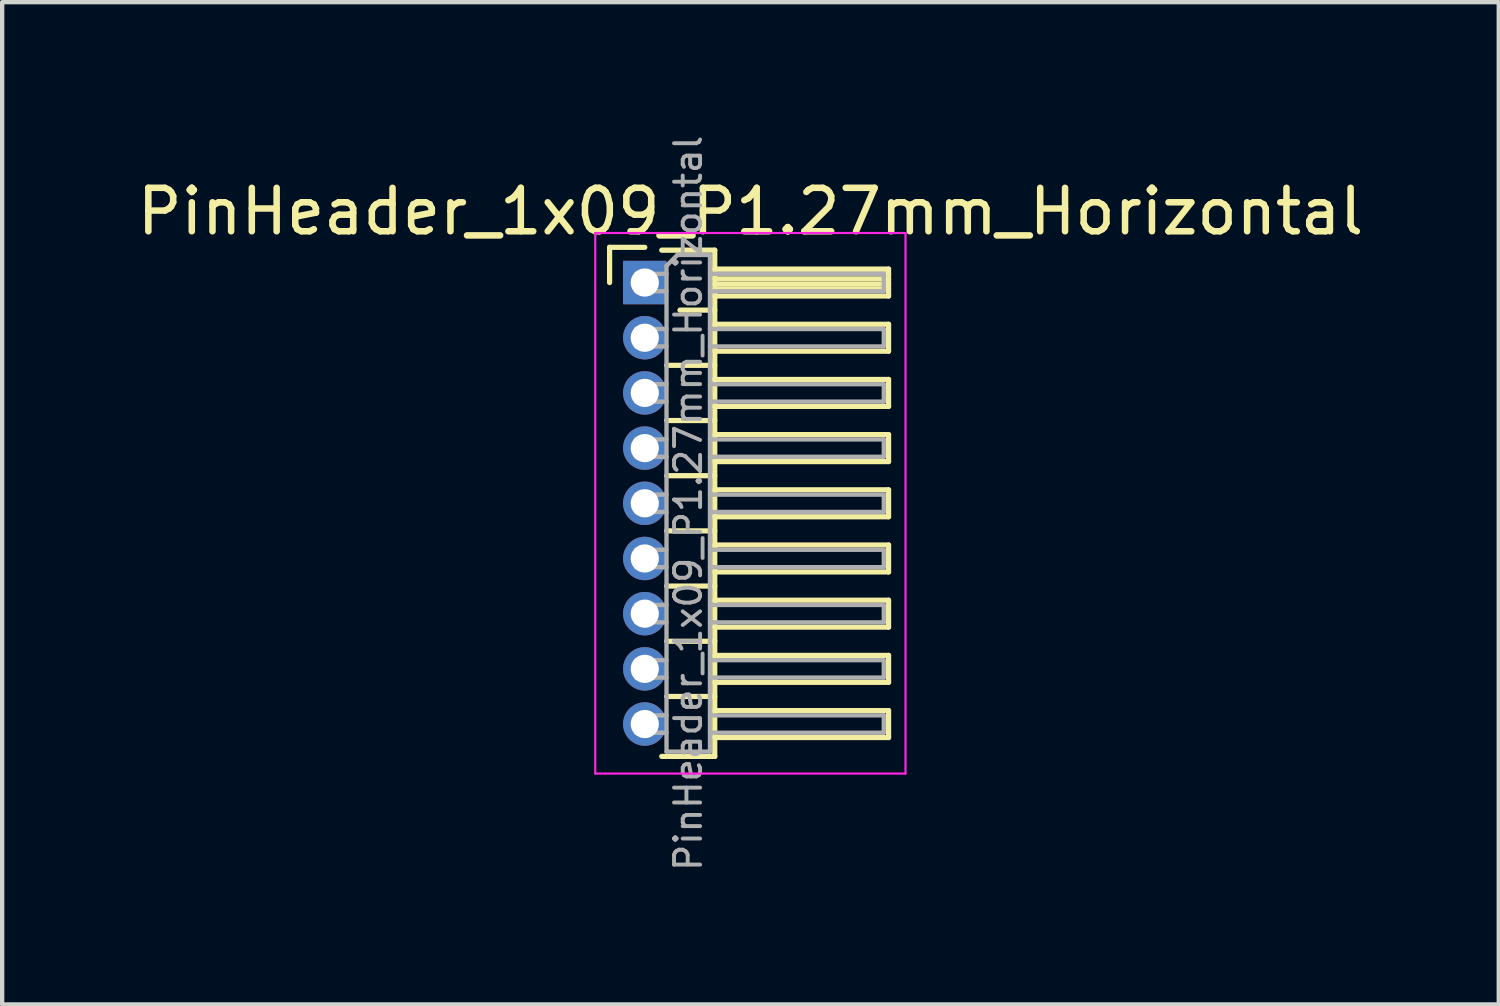
<source format=kicad_pcb>
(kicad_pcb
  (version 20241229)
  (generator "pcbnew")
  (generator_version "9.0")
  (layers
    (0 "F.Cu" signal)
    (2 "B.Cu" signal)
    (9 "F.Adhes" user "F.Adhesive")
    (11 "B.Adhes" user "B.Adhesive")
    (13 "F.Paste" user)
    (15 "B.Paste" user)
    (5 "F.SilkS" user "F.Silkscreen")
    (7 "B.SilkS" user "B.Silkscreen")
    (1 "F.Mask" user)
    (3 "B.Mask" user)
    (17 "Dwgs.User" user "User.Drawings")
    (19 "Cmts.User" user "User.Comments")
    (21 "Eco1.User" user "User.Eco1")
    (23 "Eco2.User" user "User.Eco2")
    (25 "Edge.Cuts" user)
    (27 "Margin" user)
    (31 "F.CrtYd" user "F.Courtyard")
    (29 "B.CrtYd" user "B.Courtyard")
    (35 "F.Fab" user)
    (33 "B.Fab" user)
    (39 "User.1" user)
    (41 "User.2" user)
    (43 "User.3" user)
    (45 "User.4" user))
  (footprint "PinHeader_1x09_P1.27mm_Horizontal"
    (layer "F.Cu")
    (at 11.788 3.452)
    (property "Reference" "PinHeader_1x09_P1.27mm_Horizontal" (at 2.433 -1.635 0) (layer "F.SilkS") (effects (font (size 1 1) (thickness 0.15))))
    (attr through_hole)
    (fp_line (start -0.81 -0.81) (end 0 -0.81) (stroke (width 0.12) (type solid)) (layer "F.SilkS"))
    (fp_line (start -0.81 0) (end -0.81 -0.81) (stroke (width 0.12) (type solid)) (layer "F.SilkS"))
    (fp_line (start 0.39 -0.745) (end 1.61 -0.745) (stroke (width 0.12) (type solid)) (layer "F.SilkS"))
    (fp_line (start 0.503 1.905) (end 1.61 1.905) (stroke (width 0.12) (type solid)) (layer "F.SilkS"))
    (fp_line (start 0.503 3.175) (end 1.61 3.175) (stroke (width 0.12) (type solid)) (layer "F.SilkS"))
    (fp_line (start 0.503 4.445) (end 1.61 4.445) (stroke (width 0.12) (type solid)) (layer "F.SilkS"))
    (fp_line (start 0.503 5.715) (end 1.61 5.715) (stroke (width 0.12) (type solid)) (layer "F.SilkS"))
    (fp_line (start 0.503 6.985) (end 1.61 6.985) (stroke (width 0.12) (type solid)) (layer "F.SilkS"))
    (fp_line (start 0.503 8.255) (end 1.61 8.255) (stroke (width 0.12) (type solid)) (layer "F.SilkS"))
    (fp_line (start 0.503 9.525) (end 1.61 9.525) (stroke (width 0.12) (type solid)) (layer "F.SilkS"))
    (fp_line (start 0.81 0.635) (end 1.61 0.635) (stroke (width 0.12) (type solid)) (layer "F.SilkS"))
    (fp_line (start 1.61 -0.745) (end 1.61 10.905) (stroke (width 0.12) (type solid)) (layer "F.SilkS"))
    (fp_line (start 1.61 -0.31) (end 5.61 -0.31) (stroke (width 0.12) (type solid)) (layer "F.SilkS"))
    (fp_line (start 1.61 -0.2) (end 5.61 -0.2) (stroke (width 0.12) (type solid)) (layer "F.SilkS"))
    (fp_line (start 1.61 -0.08) (end 5.61 -0.08) (stroke (width 0.12) (type solid)) (layer "F.SilkS"))
    (fp_line (start 1.61 0.04) (end 5.61 0.04) (stroke (width 0.12) (type solid)) (layer "F.SilkS"))
    (fp_line (start 1.61 0.16) (end 5.61 0.16) (stroke (width 0.12) (type solid)) (layer "F.SilkS"))
    (fp_line (start 1.61 0.96) (end 5.61 0.96) (stroke (width 0.12) (type solid)) (layer "F.SilkS"))
    (fp_line (start 1.61 2.23) (end 5.61 2.23) (stroke (width 0.12) (type solid)) (layer "F.SilkS"))
    (fp_line (start 1.61 3.5) (end 5.61 3.5) (stroke (width 0.12) (type solid)) (layer "F.SilkS"))
    (fp_line (start 1.61 4.77) (end 5.61 4.77) (stroke (width 0.12) (type solid)) (layer "F.SilkS"))
    (fp_line (start 1.61 6.04) (end 5.61 6.04) (stroke (width 0.12) (type solid)) (layer "F.SilkS"))
    (fp_line (start 1.61 7.31) (end 5.61 7.31) (stroke (width 0.12) (type solid)) (layer "F.SilkS"))
    (fp_line (start 1.61 8.58) (end 5.61 8.58) (stroke (width 0.12) (type solid)) (layer "F.SilkS"))
    (fp_line (start 1.61 9.85) (end 5.61 9.85) (stroke (width 0.12) (type solid)) (layer "F.SilkS"))
    (fp_line (start 1.61 10.905) (end 0.39 10.905) (stroke (width 0.12) (type solid)) (layer "F.SilkS"))
    (fp_line (start 5.61 -0.31) (end 5.61 0.31) (stroke (width 0.12) (type solid)) (layer "F.SilkS"))
    (fp_line (start 5.61 0.31) (end 1.61 0.31) (stroke (width 0.12) (type solid)) (layer "F.SilkS"))
    (fp_line (start 5.61 0.96) (end 5.61 1.58) (stroke (width 0.12) (type solid)) (layer "F.SilkS"))
    (fp_line (start 5.61 1.58) (end 1.61 1.58) (stroke (width 0.12) (type solid)) (layer "F.SilkS"))
    (fp_line (start 5.61 2.23) (end 5.61 2.85) (stroke (width 0.12) (type solid)) (layer "F.SilkS"))
    (fp_line (start 5.61 2.85) (end 1.61 2.85) (stroke (width 0.12) (type solid)) (layer "F.SilkS"))
    (fp_line (start 5.61 3.5) (end 5.61 4.12) (stroke (width 0.12) (type solid)) (layer "F.SilkS"))
    (fp_line (start 5.61 4.12) (end 1.61 4.12) (stroke (width 0.12) (type solid)) (layer "F.SilkS"))
    (fp_line (start 5.61 4.77) (end 5.61 5.39) (stroke (width 0.12) (type solid)) (layer "F.SilkS"))
    (fp_line (start 5.61 5.39) (end 1.61 5.39) (stroke (width 0.12) (type solid)) (layer "F.SilkS"))
    (fp_line (start 5.61 6.04) (end 5.61 6.66) (stroke (width 0.12) (type solid)) (layer "F.SilkS"))
    (fp_line (start 5.61 6.66) (end 1.61 6.66) (stroke (width 0.12) (type solid)) (layer "F.SilkS"))
    (fp_line (start 5.61 7.31) (end 5.61 7.93) (stroke (width 0.12) (type solid)) (layer "F.SilkS"))
    (fp_line (start 5.61 7.93) (end 1.61 7.93) (stroke (width 0.12) (type solid)) (layer "F.SilkS"))
    (fp_line (start 5.61 8.58) (end 5.61 9.2) (stroke (width 0.12) (type solid)) (layer "F.SilkS"))
    (fp_line (start 5.61 9.2) (end 1.61 9.2) (stroke (width 0.12) (type solid)) (layer "F.SilkS"))
    (fp_line (start 5.61 9.85) (end 5.61 10.47) (stroke (width 0.12) (type solid)) (layer "F.SilkS"))
    (fp_line (start 5.61 10.47) (end 1.61 10.47) (stroke (width 0.12) (type solid)) (layer "F.SilkS"))
    (fp_line (start -1.14 -1.14) (end -1.14 11.3) (stroke (width 0.05) (type solid)) (layer "F.CrtYd"))
    (fp_line (start -1.14 11.3) (end 6 11.3) (stroke (width 0.05) (type solid)) (layer "F.CrtYd"))
    (fp_line (start 6 -1.14) (end -1.14 -1.14) (stroke (width 0.05) (type solid)) (layer "F.CrtYd"))
    (fp_line (start 6 11.3) (end 6 -1.14) (stroke (width 0.05) (type solid)) (layer "F.CrtYd"))
    (fp_line (start -0.2 -0.2) (end -0.2 0.2) (stroke (width 0.1) (type solid)) (layer "F.Fab"))
    (fp_line (start -0.2 -0.2) (end 0.5 -0.2) (stroke (width 0.1) (type solid)) (layer "F.Fab"))
    (fp_line (start -0.2 0.2) (end 0.5 0.2) (stroke (width 0.1) (type solid)) (layer "F.Fab"))
    (fp_line (start -0.2 1.07) (end -0.2 1.47) (stroke (width 0.1) (type solid)) (layer "F.Fab"))
    (fp_line (start -0.2 1.07) (end 0.5 1.07) (stroke (width 0.1) (type solid)) (layer "F.Fab"))
    (fp_line (start -0.2 1.47) (end 0.5 1.47) (stroke (width 0.1) (type solid)) (layer "F.Fab"))
    (fp_line (start -0.2 2.34) (end -0.2 2.74) (stroke (width 0.1) (type solid)) (layer "F.Fab"))
    (fp_line (start -0.2 2.34) (end 0.5 2.34) (stroke (width 0.1) (type solid)) (layer "F.Fab"))
    (fp_line (start -0.2 2.74) (end 0.5 2.74) (stroke (width 0.1) (type solid)) (layer "F.Fab"))
    (fp_line (start -0.2 3.61) (end -0.2 4.01) (stroke (width 0.1) (type solid)) (layer "F.Fab"))
    (fp_line (start -0.2 3.61) (end 0.5 3.61) (stroke (width 0.1) (type solid)) (layer "F.Fab"))
    (fp_line (start -0.2 4.01) (end 0.5 4.01) (stroke (width 0.1) (type solid)) (layer "F.Fab"))
    (fp_line (start -0.2 4.88) (end -0.2 5.28) (stroke (width 0.1) (type solid)) (layer "F.Fab"))
    (fp_line (start -0.2 4.88) (end 0.5 4.88) (stroke (width 0.1) (type solid)) (layer "F.Fab"))
    (fp_line (start -0.2 5.28) (end 0.5 5.28) (stroke (width 0.1) (type solid)) (layer "F.Fab"))
    (fp_line (start -0.2 6.15) (end -0.2 6.55) (stroke (width 0.1) (type solid)) (layer "F.Fab"))
    (fp_line (start -0.2 6.15) (end 0.5 6.15) (stroke (width 0.1) (type solid)) (layer "F.Fab"))
    (fp_line (start -0.2 6.55) (end 0.5 6.55) (stroke (width 0.1) (type solid)) (layer "F.Fab"))
    (fp_line (start -0.2 7.42) (end -0.2 7.82) (stroke (width 0.1) (type solid)) (layer "F.Fab"))
    (fp_line (start -0.2 7.42) (end 0.5 7.42) (stroke (width 0.1) (type solid)) (layer "F.Fab"))
    (fp_line (start -0.2 7.82) (end 0.5 7.82) (stroke (width 0.1) (type solid)) (layer "F.Fab"))
    (fp_line (start -0.2 8.69) (end -0.2 9.09) (stroke (width 0.1) (type solid)) (layer "F.Fab"))
    (fp_line (start -0.2 8.69) (end 0.5 8.69) (stroke (width 0.1) (type solid)) (layer "F.Fab"))
    (fp_line (start -0.2 9.09) (end 0.5 9.09) (stroke (width 0.1) (type solid)) (layer "F.Fab"))
    (fp_line (start -0.2 9.96) (end -0.2 10.36) (stroke (width 0.1) (type solid)) (layer "F.Fab"))
    (fp_line (start -0.2 9.96) (end 0.5 9.96) (stroke (width 0.1) (type solid)) (layer "F.Fab"))
    (fp_line (start -0.2 10.36) (end 0.5 10.36) (stroke (width 0.1) (type solid)) (layer "F.Fab"))
    (fp_line (start 0.5 -0.385) (end 0.75 -0.635) (stroke (width 0.1) (type solid)) (layer "F.Fab"))
    (fp_line (start 0.5 10.795) (end 0.5 -0.385) (stroke (width 0.1) (type solid)) (layer "F.Fab"))
    (fp_line (start 0.75 -0.635) (end 1.5 -0.635) (stroke (width 0.1) (type solid)) (layer "F.Fab"))
    (fp_line (start 1.5 -0.635) (end 1.5 10.795) (stroke (width 0.1) (type solid)) (layer "F.Fab"))
    (fp_line (start 1.5 -0.2) (end 5.5 -0.2) (stroke (width 0.1) (type solid)) (layer "F.Fab"))
    (fp_line (start 1.5 0.2) (end 5.5 0.2) (stroke (width 0.1) (type solid)) (layer "F.Fab"))
    (fp_line (start 1.5 1.07) (end 5.5 1.07) (stroke (width 0.1) (type solid)) (layer "F.Fab"))
    (fp_line (start 1.5 1.47) (end 5.5 1.47) (stroke (width 0.1) (type solid)) (layer "F.Fab"))
    (fp_line (start 1.5 2.34) (end 5.5 2.34) (stroke (width 0.1) (type solid)) (layer "F.Fab"))
    (fp_line (start 1.5 2.74) (end 5.5 2.74) (stroke (width 0.1) (type solid)) (layer "F.Fab"))
    (fp_line (start 1.5 3.61) (end 5.5 3.61) (stroke (width 0.1) (type solid)) (layer "F.Fab"))
    (fp_line (start 1.5 4.01) (end 5.5 4.01) (stroke (width 0.1) (type solid)) (layer "F.Fab"))
    (fp_line (start 1.5 4.88) (end 5.5 4.88) (stroke (width 0.1) (type solid)) (layer "F.Fab"))
    (fp_line (start 1.5 5.28) (end 5.5 5.28) (stroke (width 0.1) (type solid)) (layer "F.Fab"))
    (fp_line (start 1.5 6.15) (end 5.5 6.15) (stroke (width 0.1) (type solid)) (layer "F.Fab"))
    (fp_line (start 1.5 6.55) (end 5.5 6.55) (stroke (width 0.1) (type solid)) (layer "F.Fab"))
    (fp_line (start 1.5 7.42) (end 5.5 7.42) (stroke (width 0.1) (type solid)) (layer "F.Fab"))
    (fp_line (start 1.5 7.82) (end 5.5 7.82) (stroke (width 0.1) (type solid)) (layer "F.Fab"))
    (fp_line (start 1.5 8.69) (end 5.5 8.69) (stroke (width 0.1) (type solid)) (layer "F.Fab"))
    (fp_line (start 1.5 9.09) (end 5.5 9.09) (stroke (width 0.1) (type solid)) (layer "F.Fab"))
    (fp_line (start 1.5 9.96) (end 5.5 9.96) (stroke (width 0.1) (type solid)) (layer "F.Fab"))
    (fp_line (start 1.5 10.36) (end 5.5 10.36) (stroke (width 0.1) (type solid)) (layer "F.Fab"))
    (fp_line (start 1.5 10.795) (end 0.5 10.795) (stroke (width 0.1) (type solid)) (layer "F.Fab"))
    (fp_line (start 5.5 -0.2) (end 5.5 0.2) (stroke (width 0.1) (type solid)) (layer "F.Fab"))
    (fp_line (start 5.5 1.07) (end 5.5 1.47) (stroke (width 0.1) (type solid)) (layer "F.Fab"))
    (fp_line (start 5.5 2.34) (end 5.5 2.74) (stroke (width 0.1) (type solid)) (layer "F.Fab"))
    (fp_line (start 5.5 3.61) (end 5.5 4.01) (stroke (width 0.1) (type solid)) (layer "F.Fab"))
    (fp_line (start 5.5 4.88) (end 5.5 5.28) (stroke (width 0.1) (type solid)) (layer "F.Fab"))
    (fp_line (start 5.5 6.15) (end 5.5 6.55) (stroke (width 0.1) (type solid)) (layer "F.Fab"))
    (fp_line (start 5.5 7.42) (end 5.5 7.82) (stroke (width 0.1) (type solid)) (layer "F.Fab"))
    (fp_line (start 5.5 8.69) (end 5.5 9.09) (stroke (width 0.1) (type solid)) (layer "F.Fab"))
    (fp_line (start 5.5 9.96) (end 5.5 10.36) (stroke (width 0.1) (type solid)) (layer "F.Fab"))
    (fp_text user "${REFERENCE}" (at 1 5.08 90) (layer "F.Fab") (effects (font (size 0.6 0.6) (thickness 0.09))))
    (pad "1" thru_hole rect (at 0 0) (size 1 1) (drill 0.65) (layers "*.Cu" "*.Mask"))
    (pad "2" thru_hole circle (at 0 1.27) (size 1 1) (drill 0.65) (layers "*.Cu" "*.Mask"))
    (pad "3" thru_hole circle (at 0 2.54) (size 1 1) (drill 0.65) (layers "*.Cu" "*.Mask"))
    (pad "4" thru_hole circle (at 0 3.81) (size 1 1) (drill 0.65) (layers "*.Cu" "*.Mask"))
    (pad "5" thru_hole circle (at 0 5.08) (size 1 1) (drill 0.65) (layers "*.Cu" "*.Mask"))
    (pad "6" thru_hole circle (at 0 6.35) (size 1 1) (drill 0.65) (layers "*.Cu" "*.Mask"))
    (pad "7" thru_hole circle (at 0 7.62) (size 1 1) (drill 0.65) (layers "*.Cu" "*.Mask"))
    (pad "8" thru_hole circle (at 0 8.89) (size 1 1) (drill 0.65) (layers "*.Cu" "*.Mask"))
    (pad "9" thru_hole circle (at 0 10.16) (size 1 1) (drill 0.65) (layers "*.Cu" "*.Mask")))
  (gr_rect
    (start -3 -3)
    (end 31.44 20.064)
    (stroke (width 0.1) (type default))
    (fill no)
    (layer "Edge.Cuts")))
</source>
